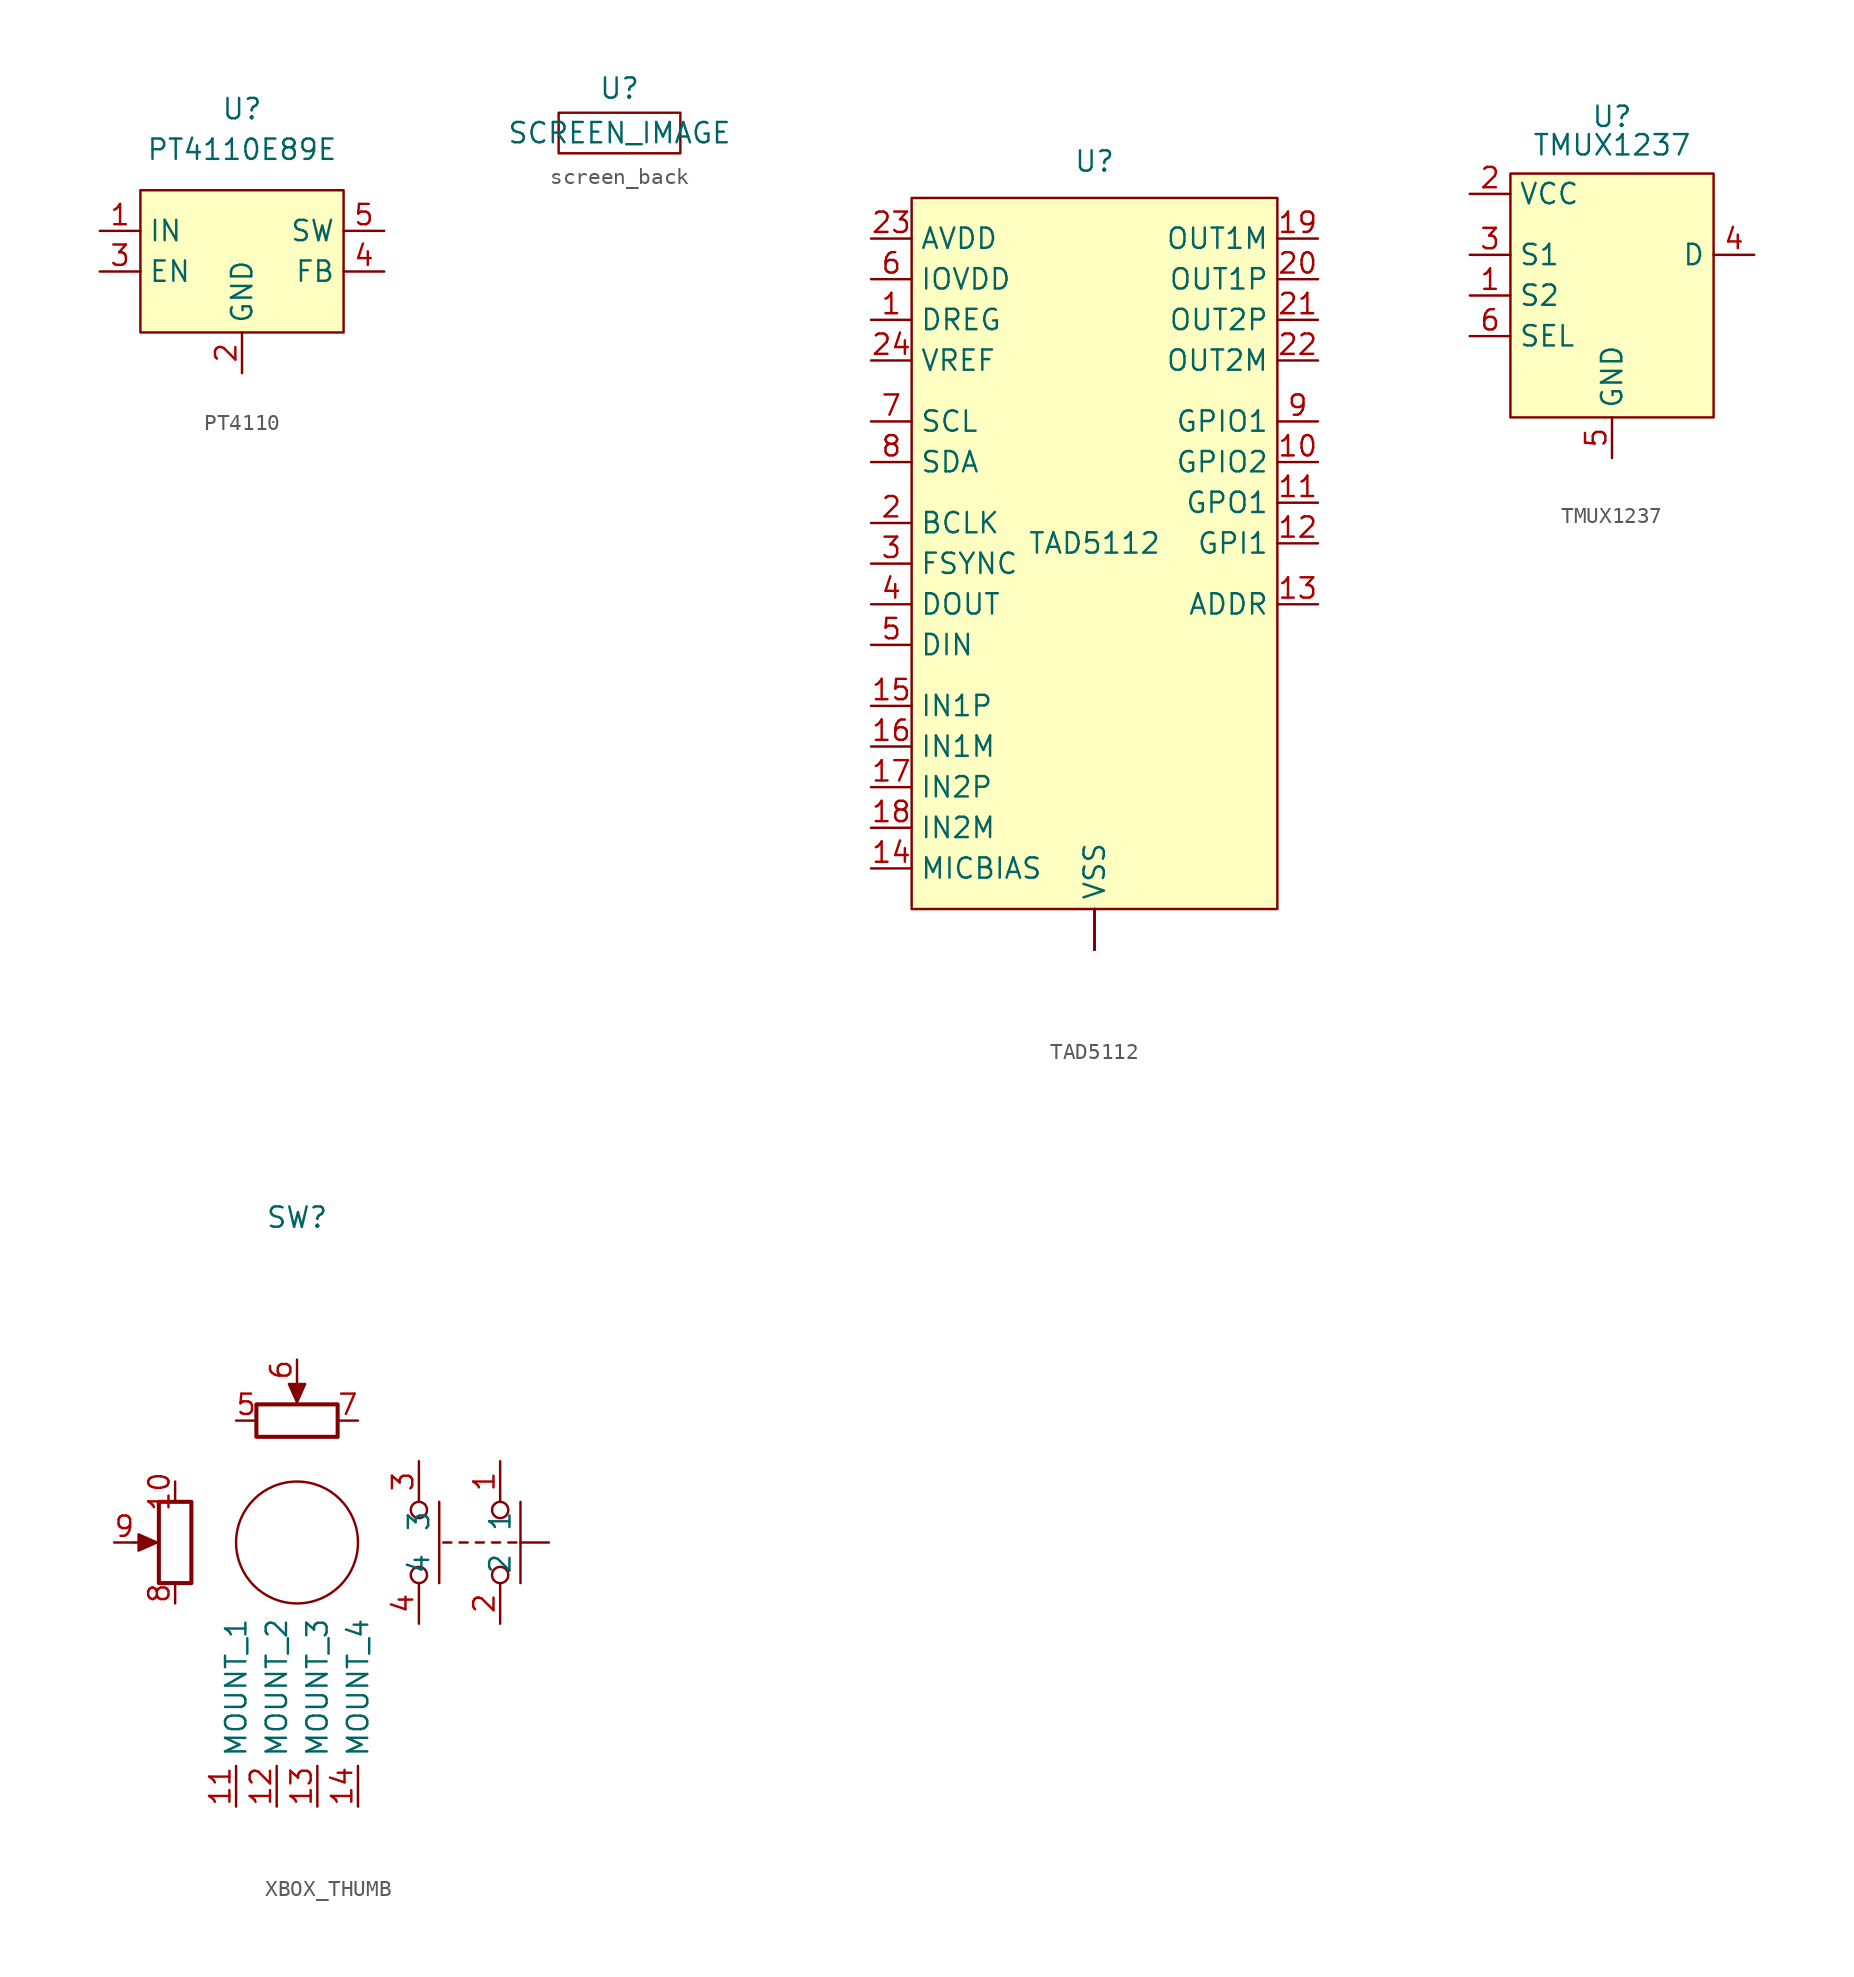
<source format=kicad_sym>
(kicad_symbol_lib
  (version 20241209)
  (generator "kicad_symbol_editor")
  (generator_version "9.0")
  (symbol "PT4110"
    (property "Reference" "U"
      (at 0 2.54 0)
      (effects (font (size 1.27 1.27))))
    (property "Value" "PT4110E89E"
      (at 0 0 0)
      (effects (font (size 1.27 1.27))))
    (symbol "PT4110_1_1"
      (rectangle (start -6.35 -2.54) (end 6.35 -11.43) (stroke (width 0) (type default)) (fill (type background)))
      (pin power_in line (at -8.89 -5.08 0) (length 2.54) (name "IN" (effects (font (size 1.27 1.27)))) (number "1" (effects (font (size 1.27 1.27)))))
      (pin input line (at -8.89 -7.62 0) (length 2.54) (name "EN" (effects (font (size 1.27 1.27)))) (number "3" (effects (font (size 1.27 1.27)))))
      (pin power_in line (at 0 -13.97 90) (length 2.54) (name "GND" (effects (font (size 1.27 1.27)))) (number "2" (effects (font (size 1.27 1.27)))))
      (pin power_out line (at 8.89 -5.08 180) (length 2.54) (name "SW" (effects (font (size 1.27 1.27)))) (number "5" (effects (font (size 1.27 1.27)))))
      (pin input line (at 8.89 -7.62 180) (length 2.54) (name "FB" (effects (font (size 1.27 1.27)))) (number "4" (effects (font (size 1.27 1.27)))))))
  (symbol "screen_back"
    (property "Reference" "U"
      (at 0 2.794 0)
      (effects (font (size 1.27 1.27))))
    (property "Value" "SCREEN_IMAGE"
      (at 0 0 0)
      (effects (font (size 1.27 1.27))))
    (symbol "screen_back_0_1"
      (rectangle (start -3.81 1.27) (end 3.81 -1.27) (stroke (width 0) (type default)) (fill (type none)))))
  (symbol "TAD5112"
    (property "Reference" "U"
      (at 0 23.876 0)
      (effects (font (size 1.27 1.27))))
    (property "Value" "TAD5112"
      (at 0 0 0)
      (effects (font (size 1.27 1.27))))
    (symbol "TAD5112_1_1"
      (rectangle (start -11.43 21.59) (end 11.43 -22.86) (stroke (width 0) (type solid)) (fill (type background)))
      (pin power_in line (at -13.97 19.05 0) (length 2.54) (name "AVDD" (effects (font (size 1.27 1.27)))) (number "23" (effects (font (size 1.27 1.27)))))
      (pin power_in line (at -13.97 16.51 0) (length 2.54) (name "IOVDD" (effects (font (size 1.27 1.27)))) (number "6" (effects (font (size 1.27 1.27)))))
      (pin passive line (at -13.97 13.97 0) (length 2.54) (name "DREG" (effects (font (size 1.27 1.27)))) (number "1" (effects (font (size 1.27 1.27)))))
      (pin passive line (at -13.97 11.43 0) (length 2.54) (name "VREF" (effects (font (size 1.27 1.27)))) (number "24" (effects (font (size 1.27 1.27)))))
      (pin input line (at -13.97 7.62 0) (length 2.54) (name "SCL" (effects (font (size 1.27 1.27)))) (number "7" (effects (font (size 1.27 1.27)))))
      (pin bidirectional line (at -13.97 5.08 0) (length 2.54) (name "SDA" (effects (font (size 1.27 1.27)))) (number "8" (effects (font (size 1.27 1.27)))))
      (pin input line (at -13.97 1.27 0) (length 2.54) (name "BCLK" (effects (font (size 1.27 1.27)))) (number "2" (effects (font (size 1.27 1.27)))))
      (pin input line (at -13.97 -1.27 0) (length 2.54) (name "FSYNC" (effects (font (size 1.27 1.27)))) (number "3" (effects (font (size 1.27 1.27)))))
      (pin output line (at -13.97 -3.81 0) (length 2.54) (name "DOUT" (effects (font (size 1.27 1.27)))) (number "4" (effects (font (size 1.27 1.27)))))
      (pin input line (at -13.97 -6.35 0) (length 2.54) (name "DIN" (effects (font (size 1.27 1.27)))) (number "5" (effects (font (size 1.27 1.27)))))
      (pin input line (at -13.97 -10.16 0) (length 2.54) (name "IN1P" (effects (font (size 1.27 1.27)))) (number "15" (effects (font (size 1.27 1.27)))))
      (pin input line (at -13.97 -12.7 0) (length 2.54) (name "IN1M" (effects (font (size 1.27 1.27)))) (number "16" (effects (font (size 1.27 1.27)))))
      (pin input line (at -13.97 -15.24 0) (length 2.54) (name "IN2P" (effects (font (size 1.27 1.27)))) (number "17" (effects (font (size 1.27 1.27)))))
      (pin input line (at -13.97 -17.78 0) (length 2.54) (name "IN2M" (effects (font (size 1.27 1.27)))) (number "18" (effects (font (size 1.27 1.27)))))
      (pin passive line (at -13.97 -20.32 0) (length 2.54) (name "MICBIAS" (effects (font (size 1.27 1.27)))) (number "14" (effects (font (size 1.27 1.27)))))
      (pin power_in line (at 0 -25.4 90) (length 2.54) (name "_VSSA1" (effects (font (size 0 0)))) (number "A1" (effects (font (size 0 0)))))
      (pin power_in line (at 0 -25.4 90) (length 2.54) (name "_VSSA2" (effects (font (size 0 0)))) (number "A2" (effects (font (size 0 0)))))
      (pin power_in line (at 0 -25.4 90) (length 2.54) (name "_VSSA3" (effects (font (size 0 0)))) (number "A3" (effects (font (size 0 0)))))
      (pin power_in line (at 0 -25.4 90) (length 2.54) (name "_VSSA4" (effects (font (size 0 0)))) (number "A4" (effects (font (size 0 0)))))
      (pin power_in line (at 0 -25.4 90) (length 2.54) (name "VSS" (effects (font (size 1.27 1.27)))) (number "EP" (effects (font (size 0 0)))))
      (pin output line (at 13.97 19.05 180) (length 2.54) (name "OUT1M" (effects (font (size 1.27 1.27)))) (number "19" (effects (font (size 1.27 1.27)))))
      (pin output line (at 13.97 16.51 180) (length 2.54) (name "OUT1P" (effects (font (size 1.27 1.27)))) (number "20" (effects (font (size 1.27 1.27)))))
      (pin output line (at 13.97 13.97 180) (length 2.54) (name "OUT2P" (effects (font (size 1.27 1.27)))) (number "21" (effects (font (size 1.27 1.27)))))
      (pin output line (at 13.97 11.43 180) (length 2.54) (name "OUT2M" (effects (font (size 1.27 1.27)))) (number "22" (effects (font (size 1.27 1.27)))))
      (pin bidirectional line (at 13.97 7.62 180) (length 2.54) (name "GPIO1" (effects (font (size 1.27 1.27)))) (number "9" (effects (font (size 1.27 1.27)))))
      (pin bidirectional line (at 13.97 5.08 180) (length 2.54) (name "GPIO2" (effects (font (size 1.27 1.27)))) (number "10" (effects (font (size 1.27 1.27)))))
      (pin output line (at 13.97 2.54 180) (length 2.54) (name "GPO1" (effects (font (size 1.27 1.27)))) (number "11" (effects (font (size 1.27 1.27)))))
      (pin input line (at 13.97 0 180) (length 2.54) (name "GPI1" (effects (font (size 1.27 1.27)))) (number "12" (effects (font (size 1.27 1.27)))))
      (pin input line (at 13.97 -3.81 180) (length 2.54) (name "ADDR" (effects (font (size 1.27 1.27)))) (number "13" (effects (font (size 1.27 1.27)))))))
  (symbol "TMUX1237"
    (property "Reference" "U"
      (at 0 3.556 0)
      (effects (font (size 1.27 1.27))))
    (property "Value" "TMUX1237"
      (at 0 1.778 0)
      (effects (font (size 1.27 1.27))))
    (symbol "TMUX1237_1_1"
      (rectangle (start -6.35 0) (end 6.35 -15.24) (stroke (width 0) (type default)) (fill (type background)))
      (pin power_in line (at -8.89 -1.27 0) (length 2.54) (name "VCC" (effects (font (size 1.27 1.27)))) (number "2" (effects (font (size 1.27 1.27)))))
      (pin input line (at -8.89 -5.08 0) (length 2.54) (name "S1" (effects (font (size 1.27 1.27)))) (number "3" (effects (font (size 1.27 1.27)))))
      (pin input line (at -8.89 -7.62 0) (length 2.54) (name "S2" (effects (font (size 1.27 1.27)))) (number "1" (effects (font (size 1.27 1.27)))))
      (pin input line (at -8.89 -10.16 0) (length 2.54) (name "SEL" (effects (font (size 1.27 1.27)))) (number "6" (effects (font (size 1.27 1.27)))))
      (pin power_in line (at 0 -17.78 90) (length 2.54) (name "GND" (effects (font (size 1.27 1.27)))) (number "5" (effects (font (size 1.27 1.27)))))
      (pin output line (at 8.89 -5.08 180) (length 2.54) (name "D" (effects (font (size 1.27 1.27)))) (number "4" (effects (font (size 1.27 1.27)))))))
  (symbol "XBOX_THUMB"
    (property "Reference" "SW"
      (at 0 20.32 0)
      (effects (font (size 1.27 1.27))))
    (property "Value" ""
      (at 0 0 0)
      (effects (font (size 1.27 1.27))))
    (symbol "XBOX_THUMB_0_1"
      (polyline (pts (xy -10.16 0) (xy -9.144 0)) (stroke (width 0) (type default)) (fill (type none)))
      (polyline (pts (xy -8.763 0) (xy -9.906 -0.508) (xy -9.906 0.508) (xy -8.763 0)) (stroke (width 0) (type default)) (fill (type outline)))
      (rectangle (start -8.636 -2.54) (end -6.604 2.54) (stroke (width 0.254) (type default)) (fill (type none)))
      (rectangle (start -2.54 8.636) (end 2.54 6.604) (stroke (width 0.254) (type default)) (fill (type none)))
      (polyline (pts (xy 0 10.16) (xy 0 9.144)) (stroke (width 0) (type default)) (fill (type none)))
      (polyline (pts (xy 0 8.763) (xy -0.508 9.906) (xy 0.508 9.906) (xy 0 8.763)) (stroke (width 0) (type default)) (fill (type outline)))
      (circle (center 0 0) (radius 3.81) (stroke (width 0) (type default)) (fill (type none)))
      (circle (center 7.62 2.032) (radius 0.508) (stroke (width 0) (type default)) (fill (type none)))
      (circle (center 7.62 -2.032) (radius 0.508) (stroke (width 0) (type default)) (fill (type none)))
      (polyline (pts (xy 8.89 -2.54) (xy 8.89 2.54)) (stroke (width 0) (type default)) (fill (type none)))
      (polyline (pts (xy 9.652 0) (xy 9.144 0)) (stroke (width 0) (type default)) (fill (type none)))
      (polyline (pts (xy 10.668 0) (xy 10.16 0)) (stroke (width 0) (type default)) (fill (type none)))
      (polyline (pts (xy 11.176 0) (xy 11.684 0)) (stroke (width 0) (type default)) (fill (type none)))
      (polyline (pts (xy 12.192 0) (xy 12.7 0)) (stroke (width 0) (type default)) (fill (type none)))
      (circle (center 12.7 2.032) (radius 0.508) (stroke (width 0) (type default)) (fill (type none)))
      (circle (center 12.7 -2.032) (radius 0.508) (stroke (width 0) (type default)) (fill (type none)))
      (polyline (pts (xy 13.208 0) (xy 13.716 0)) (stroke (width 0) (type default)) (fill (type none)))
      (polyline (pts (xy 13.97 0) (xy 15.748 0)) (stroke (width 0) (type default)) (fill (type none)))
      (polyline (pts (xy 13.97 -2.54) (xy 13.97 2.54)) (stroke (width 0) (type default)) (fill (type none)))
      (pin passive line (at 7.62 5.08 270) (length 2.54) (name "3" (effects (font (size 1.27 1.27)))) (number "3" (effects (font (size 1.27 1.27)))))
      (pin passive line (at 7.62 -5.08 90) (length 2.54) (name "4" (effects (font (size 1.27 1.27)))) (number "4" (effects (font (size 1.27 1.27)))))
      (pin passive line (at 12.7 5.08 270) (length 2.54) (name "1" (effects (font (size 1.27 1.27)))) (number "1" (effects (font (size 1.27 1.27)))))
      (pin passive line (at 12.7 -5.08 90) (length 2.54) (name "2" (effects (font (size 1.27 1.27)))) (number "2" (effects (font (size 1.27 1.27))))))
    (symbol "XBOX_THUMB_1_1"
      (pin passive line (at -11.43 0 0) (length 1.27) (name "" (effects (font (size 1.27 1.27)))) (number "9" (effects (font (size 1.27 1.27)))))
      (pin passive line (at -7.62 3.81 270) (length 1.27) (name "" (effects (font (size 1.27 1.27)))) (number "10" (effects (font (size 1.27 1.27)))))
      (pin passive line (at -7.62 -3.81 90) (length 1.27) (name "" (effects (font (size 1.27 1.27)))) (number "8" (effects (font (size 1.27 1.27)))))
      (pin passive line (at -3.81 7.62 0) (length 1.27) (name "" (effects (font (size 1.27 1.27)))) (number "5" (effects (font (size 1.27 1.27)))))
      (pin passive line (at -3.81 -16.51 90) (length 2.54) (name "MOUNT_1" (effects (font (size 1.27 1.27)))) (number "11" (effects (font (size 1.27 1.27)))))
      (pin passive line (at -1.27 -16.51 90) (length 2.54) (name "MOUNT_2" (effects (font (size 1.27 1.27)))) (number "12" (effects (font (size 1.27 1.27)))))
      (pin passive line (at 0 11.43 270) (length 1.27) (name "" (effects (font (size 1.27 1.27)))) (number "6" (effects (font (size 1.27 1.27)))))
      (pin passive line (at 1.27 -16.51 90) (length 2.54) (name "MOUNT_3" (effects (font (size 1.27 1.27)))) (number "13" (effects (font (size 1.27 1.27)))))
      (pin passive line (at 3.81 7.62 180) (length 1.27) (name "" (effects (font (size 1.27 1.27)))) (number "7" (effects (font (size 1.27 1.27)))))
      (pin passive line (at 3.81 -16.51 90) (length 2.54) (name "MOUNT_4" (effects (font (size 1.27 1.27)))) (number "14" (effects (font (size 1.27 1.27))))))))
</source>
